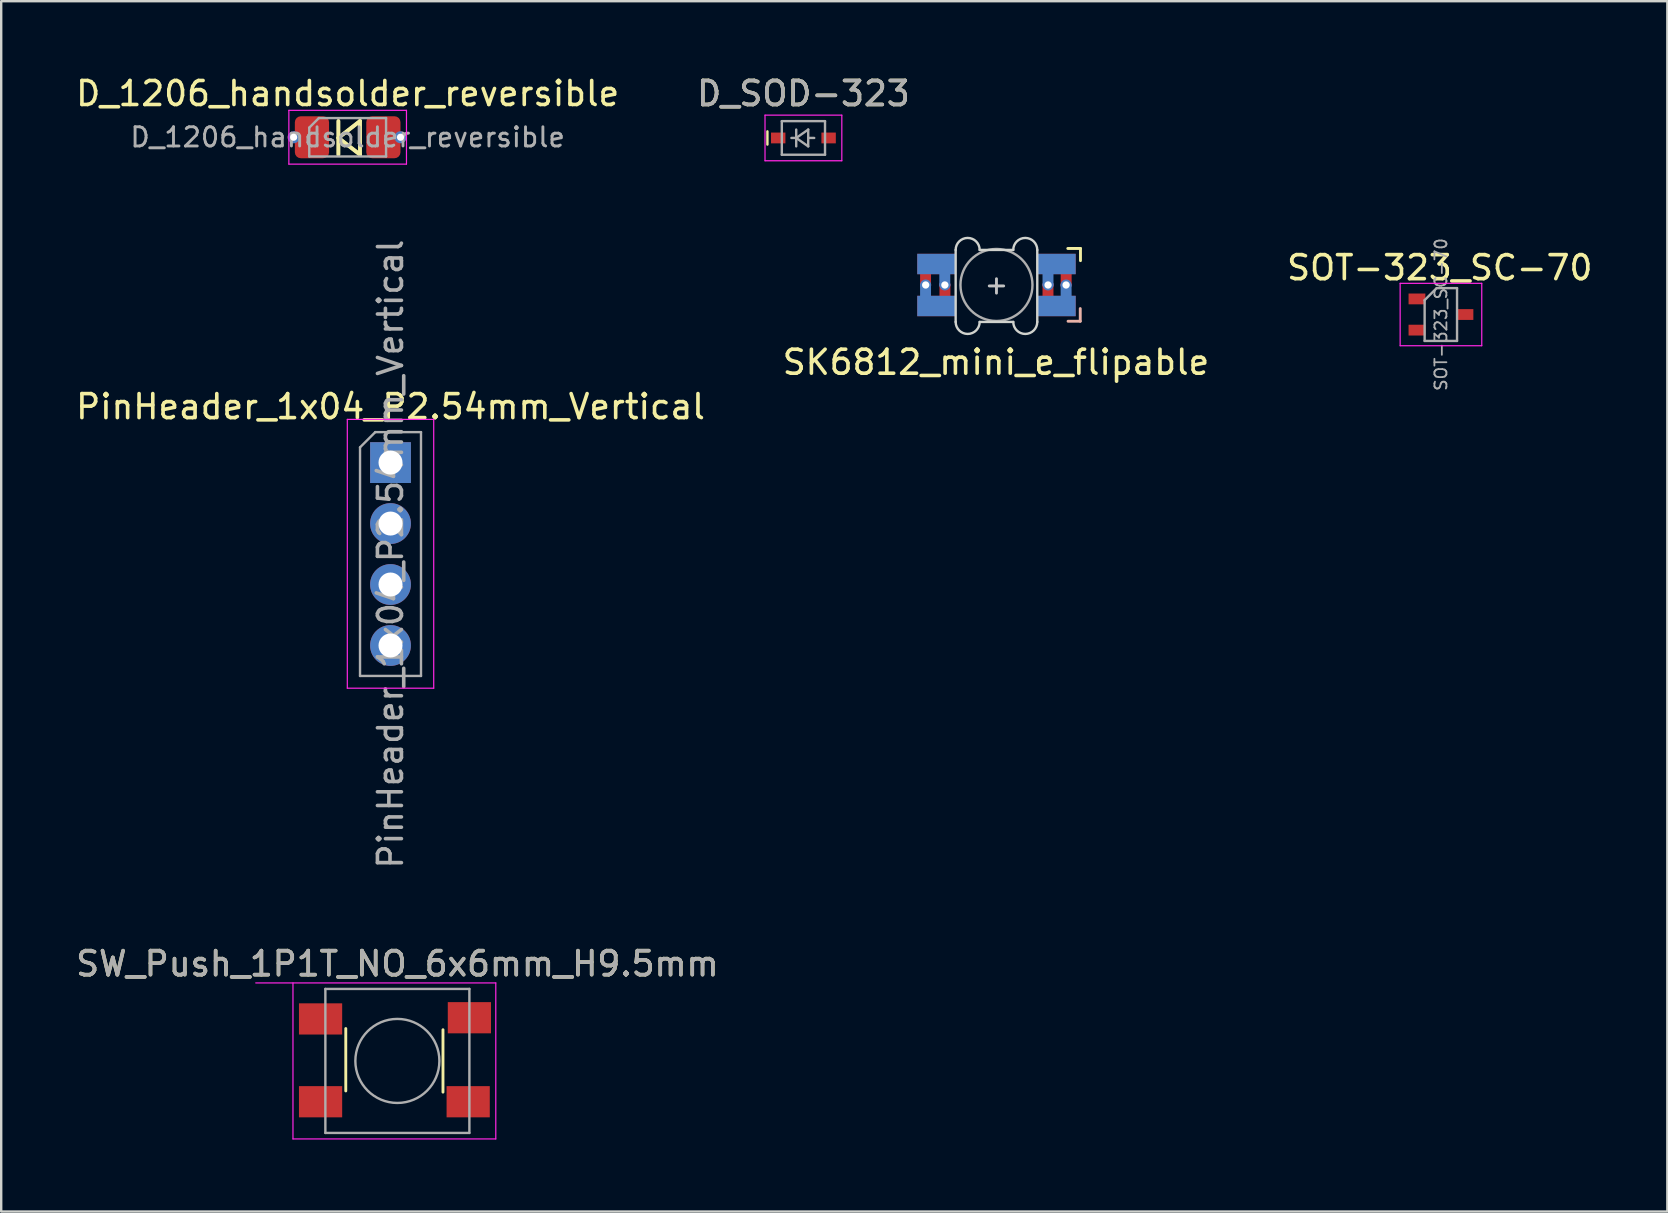
<source format=kicad_pcb>
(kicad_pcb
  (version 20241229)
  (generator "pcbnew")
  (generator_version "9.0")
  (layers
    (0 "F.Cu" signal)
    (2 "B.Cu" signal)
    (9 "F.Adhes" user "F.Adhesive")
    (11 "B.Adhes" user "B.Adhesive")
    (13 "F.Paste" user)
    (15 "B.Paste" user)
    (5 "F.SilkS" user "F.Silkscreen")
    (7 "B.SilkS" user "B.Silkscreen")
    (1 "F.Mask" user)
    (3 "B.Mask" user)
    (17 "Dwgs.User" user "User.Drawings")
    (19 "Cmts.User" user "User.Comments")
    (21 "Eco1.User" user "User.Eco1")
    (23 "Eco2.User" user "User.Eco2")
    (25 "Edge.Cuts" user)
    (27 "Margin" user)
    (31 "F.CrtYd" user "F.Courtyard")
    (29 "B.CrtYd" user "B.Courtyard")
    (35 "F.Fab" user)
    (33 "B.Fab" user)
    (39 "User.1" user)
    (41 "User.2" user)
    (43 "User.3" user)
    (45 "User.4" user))
  (footprint "PinHeader_1x04_P2.54mm_Vertical"
    (layer "F.Cu")
    (at 13.22 16.223)
    (property "Reference" "PinHeader_1x04_P2.54mm_Vertical" (at 0 -2.33 0) (layer "F.SilkS") (effects (font (size 1 1) (thickness 0.15))))
    (attr through_hole)
    (fp_line (start -1.8 -1.8) (end -1.8 9.4) (stroke (width 0.05) (type solid)) (layer "F.CrtYd"))
    (fp_line (start -1.8 9.4) (end 1.8 9.4) (stroke (width 0.05) (type solid)) (layer "F.CrtYd"))
    (fp_line (start 1.8 -1.8) (end -1.8 -1.8) (stroke (width 0.05) (type solid)) (layer "F.CrtYd"))
    (fp_line (start 1.8 9.4) (end 1.8 -1.8) (stroke (width 0.05) (type solid)) (layer "F.CrtYd"))
    (fp_line (start -1.27 -0.635) (end -0.635 -1.27) (stroke (width 0.1) (type solid)) (layer "F.Fab"))
    (fp_line (start -1.27 8.89) (end -1.27 -0.635) (stroke (width 0.1) (type solid)) (layer "F.Fab"))
    (fp_line (start -0.635 -1.27) (end 1.27 -1.27) (stroke (width 0.1) (type solid)) (layer "F.Fab"))
    (fp_line (start 1.27 -1.27) (end 1.27 8.89) (stroke (width 0.1) (type solid)) (layer "F.Fab"))
    (fp_line (start 1.27 8.89) (end -1.27 8.89) (stroke (width 0.1) (type solid)) (layer "F.Fab"))
    (fp_text user "${REFERENCE}" (at 0 3.81 270) (layer "F.Fab") (effects (font (size 1 1) (thickness 0.15))))
    (pad "1" thru_hole rect (at 0 0) (size 1.7 1.7) (drill 1) (layers "*.Cu" "*.Mask"))
    (pad "2" thru_hole oval (at 0 2.54) (size 1.7 1.7) (drill 1) (layers "*.Cu" "*.Mask"))
    (pad "3" thru_hole oval (at 0 5.08) (size 1.7 1.7) (drill 1) (layers "*.Cu" "*.Mask"))
    (pad "4" thru_hole oval (at 0 7.62) (size 1.7 1.7) (drill 1) (layers "*.Cu" "*.Mask")))
  (footprint "SK6812_mini_e_flipable"
    (layer "F.Cu")
    (at 38.466 8.723)
    (property "Reference" "SK6812_mini_e_flipable" (at -0.02 3.32 0) (layer "F.SilkS") (effects (font (size 1 1) (thickness 0.15))))
    (attr through_hole)
    (fp_poly (pts (xy -3.25 -1.15) (xy -1.75 -1.15) (xy -1.75 -0.4) (xy -3.25 -0.4)) (stroke (width 0.1) (type solid)) (fill yes) (layer "F.Mask"))
    (fp_poly (pts (xy -3.25 0.6) (xy -1.75 0.6) (xy -1.75 1.35) (xy -3.25 1.35)) (stroke (width 0.1) (type solid)) (fill yes) (layer "F.Mask"))
    (fp_poly (pts (xy 1.75 0.6) (xy 3.25 0.6) (xy 3.25 1.35) (xy 1.75 1.35)) (stroke (width 0.1) (type solid)) (fill yes) (layer "F.Mask"))
    (fp_poly (pts (xy 1.75 -1.15) (xy 2.85 -1.15) (xy 3.25 -0.75) (xy 3.25 -0.4) (xy 1.75 -0.4)) (stroke (width 0.1) (type solid)) (fill yes) (layer "F.Mask"))
    (fp_poly (pts (xy -3.25 -1.15) (xy -1.75 -1.15) (xy -1.75 -0.4) (xy -3.25 -0.4)) (stroke (width 0.1) (type solid)) (fill yes) (layer "B.Mask"))
    (fp_poly (pts (xy -3.25 0.6) (xy -1.75 0.6) (xy -1.75 1.35) (xy -3.25 1.35)) (stroke (width 0.1) (type solid)) (fill yes) (layer "B.Mask"))
    (fp_poly (pts (xy 1.75 -1.15) (xy 3.25 -1.15) (xy 3.25 -0.4) (xy 1.75 -0.4)) (stroke (width 0.1) (type solid)) (fill yes) (layer "B.Mask"))
    (fp_poly (pts (xy 1.75 0.6) (xy 3.25 0.6) (xy 3.25 0.925) (xy 2.85 1.35) (xy 1.75 1.35)) (stroke (width 0.1) (type solid)) (fill yes) (layer "B.Mask"))
    (fp_line (start 3.5 -1.421) (end 2.972 -1.421) (stroke (width 0.12) (type solid)) (layer "F.SilkS"))
    (fp_line (start 3.5 -0.913) (end 3.5 -1.421) (stroke (width 0.12) (type solid)) (layer "F.SilkS"))
    (fp_line (start 2.983 1.611) (end 3.491 1.611) (stroke (width 0.12) (type solid)) (layer "B.SilkS"))
    (fp_line (start 3.491 1.611) (end 3.491 1.083) (stroke (width 0.12) (type solid)) (layer "B.SilkS"))
    (fp_line (start -0.3 0.14) (end 0.3 0.14) (stroke (width 0.12) (type solid)) (layer "Dwgs.User"))
    (fp_line (start 0 0.44) (end 0 -0.16) (stroke (width 0.12) (type solid)) (layer "Dwgs.User"))
    (fp_line (start -1.7 -1.36) (end -1.7 1.64) (stroke (width 0.1) (type solid)) (layer "Edge.Cuts"))
    (fp_line (start -0.7 -1.36) (end 0.7 -1.36) (stroke (width 0.1) (type solid)) (layer "Edge.Cuts"))
    (fp_line (start -0.7 1.64) (end 0.7 1.64) (stroke (width 0.1) (type solid)) (layer "Edge.Cuts"))
    (fp_line (start 1.7 1.64) (end 1.7 -1.36) (stroke (width 0.1) (type solid)) (layer "Edge.Cuts"))
    (fp_arc (start -1.7 -1.36) (mid -1.2 -1.86) (end -0.7 -1.36) (stroke (width 0.1) (type solid)) (layer "Edge.Cuts"))
    (fp_arc (start -0.7 1.64) (mid -1.2 2.14) (end -1.7 1.64) (stroke (width 0.1) (type solid)) (layer "Edge.Cuts"))
    (fp_arc (start 0.7 -1.36) (mid 1.2 -1.86) (end 1.7 -1.36) (stroke (width 0.1) (type solid)) (layer "Edge.Cuts"))
    (fp_arc (start 1.7 1.64) (mid 1.2 2.14) (end 0.7 1.64) (stroke (width 0.1) (type solid)) (layer "Edge.Cuts"))
    (fp_circle (center 0 0.1) (end 0 -1.4) (stroke (width 0.1) (type solid)) (fill no) (layer "F.Fab"))
    (pad "1" smd custom (at -2.5 -0.775) (size 1.6 0.85) (layers "B.Cu") (options (anchor rect)) (primitives (gr_poly (pts (xy 0.525 0.896) (xy 0.169 0.896) (xy 0.169 0.325) (xy 0.525 0.325)) (width 0.1) (fill yes))))
    (pad "1" smd custom (at -2.5 0.975) (size 1.6 0.85) (layers "F.Cu") (options (anchor rect)) (primitives (gr_poly (pts (xy 0.531 -0.275) (xy 0.175 -0.275) (xy 0.175 -0.898) (xy 0.531 -0.898)) (width 0.1) (fill yes))))
    (pad "1" thru_hole circle (at -2.15 0.1 180) (size 0.457 0.457) (drill 0.305) (layers "*.Cu"))
    (pad "2" thru_hole circle (at -2.95 0.1 180) (size 0.457 0.457) (drill 0.305) (layers "*.Cu"))
    (pad "2" smd custom (at -2.5 -0.775 180) (size 1.6 0.85) (layers "F.Cu") (options (anchor rect)) (primitives (gr_poly (pts (xy 0.632 -0.296) (xy 0.277 -0.296) (xy 0.277 -0.869) (xy 0.632 -0.869)) (width 0.1) (fill yes))))
    (pad "2" smd custom (at -2.5 0.975 180) (size 1.6 0.85) (layers "B.Cu") (options (anchor rect)) (primitives (gr_poly (pts (xy 0.632 0.888) (xy 0.277 0.888) (xy 0.277 0.325) (xy 0.632 0.325)) (width 0.1) (fill yes))))
    (pad "3" smd custom (at 2.5 -0.775 180) (size 1.6 0.85) (layers "F.Cu") (options (anchor rect)) (primitives (gr_poly (pts (xy -0.226 -0.354) (xy -0.582 -0.354) (xy -0.582 -0.887) (xy -0.226 -0.887)) (width 0.1) (fill yes))))
    (pad "3" smd custom (at 2.5 0.975 180) (size 1.6 0.85) (layers "B.Cu") (options (anchor rect)) (primitives (gr_poly (pts (xy -0.222 0.888) (xy -0.578 0.888) (xy -0.582 0.325) (xy -0.226 0.325)) (width 0.1) (fill yes))))
    (pad "3" thru_hole circle (at 2.9 0.1 180) (size 0.457 0.457) (drill 0.305) (layers "*.Cu"))
    (pad "4" thru_hole circle (at 2.15 0.1 180) (size 0.457 0.457) (drill 0.305) (layers "*.Cu"))
    (pad "4" smd custom (at 2.5 -0.775) (size 1.6 0.85) (layers "B.Cu") (options (anchor rect)) (primitives (gr_poly (pts (xy -0.175 0.886) (xy -0.531 0.886) (xy -0.531 0.175) (xy -0.175 0.175)) (width 0.1) (fill yes))))
    (pad "4" smd custom (at 2.5 0.975) (size 1.6 0.85) (layers "F.Cu") (options (anchor rect)) (primitives (gr_poly (pts (xy -0.175 -0.175) (xy -0.531 -0.178) (xy -0.531 -0.903) (xy -0.175 -0.906)) (width 0.1) (fill yes)))))
  (footprint "D_SOD-323"
    (layer "F.Cu")
    (at 30.423 2.698)
    (property "Reference" "D_SOD-323" (at 0 -1.85 0) (layer "F.SilkS") (effects (font (size 1 1) (thickness 0.15))))
    (attr smd)
    (fp_line (start -1.5 -0.275) (end -1.5 0.275) (stroke (width 0.1) (type default)) (layer "F.SilkS"))
    (fp_line (start -1.6 -0.95) (end -1.6 0.95) (stroke (width 0.05) (type solid)) (layer "F.CrtYd"))
    (fp_line (start -1.6 -0.95) (end 1.6 -0.95) (stroke (width 0.05) (type solid)) (layer "F.CrtYd"))
    (fp_line (start -1.6 0.95) (end 1.6 0.95) (stroke (width 0.05) (type solid)) (layer "F.CrtYd"))
    (fp_line (start 1.6 -0.95) (end 1.6 0.95) (stroke (width 0.05) (type solid)) (layer "F.CrtYd"))
    (fp_line (start -0.9 -0.7) (end 0.9 -0.7) (stroke (width 0.1) (type solid)) (layer "F.Fab"))
    (fp_line (start -0.9 0.7) (end -0.9 -0.7) (stroke (width 0.1) (type solid)) (layer "F.Fab"))
    (fp_line (start -0.3 -0.35) (end -0.3 0.35) (stroke (width 0.1) (type solid)) (layer "F.Fab"))
    (fp_line (start -0.3 0) (end -0.5 0) (stroke (width 0.1) (type solid)) (layer "F.Fab"))
    (fp_line (start -0.3 0) (end 0.2 -0.35) (stroke (width 0.1) (type solid)) (layer "F.Fab"))
    (fp_line (start 0.2 -0.35) (end 0.2 0.35) (stroke (width 0.1) (type solid)) (layer "F.Fab"))
    (fp_line (start 0.2 0) (end 0.45 0) (stroke (width 0.1) (type solid)) (layer "F.Fab"))
    (fp_line (start 0.2 0.35) (end -0.3 0) (stroke (width 0.1) (type solid)) (layer "F.Fab"))
    (fp_line (start 0.9 -0.7) (end 0.9 0.7) (stroke (width 0.1) (type solid)) (layer "F.Fab"))
    (fp_line (start 0.9 0.7) (end -0.9 0.7) (stroke (width 0.1) (type solid)) (layer "F.Fab"))
    (fp_text user "${REFERENCE}" (at 0 -1.85 0) (layer "F.Fab") (effects (font (size 1 1) (thickness 0.15))))
    (pad "1" smd rect (at -1.05 0) (size 0.6 0.45) (layers "F.Cu" "F.Mask" "F.Paste"))
    (pad "2" smd rect (at 1.05 0) (size 0.6 0.45) (layers "F.Cu" "F.Mask" "F.Paste")))
  (footprint "SOT-323_SC-70"
    (layer "F.Cu")
    (at 56.985 10.054)
    (property "Reference" "SOT-323_SC-70" (at -0.05 -1.95 0) (layer "F.SilkS") (effects (font (size 1 1) (thickness 0.15))))
    (attr smd)
    (fp_line (start -1.7 -1.3) (end 1.7 -1.3) (stroke (width 0.05) (type solid)) (layer "F.CrtYd"))
    (fp_line (start -1.7 1.3) (end -1.7 -1.3) (stroke (width 0.05) (type solid)) (layer "F.CrtYd"))
    (fp_line (start 1.7 -1.3) (end 1.7 1.3) (stroke (width 0.05) (type solid)) (layer "F.CrtYd"))
    (fp_line (start 1.7 1.3) (end -1.7 1.3) (stroke (width 0.05) (type solid)) (layer "F.CrtYd"))
    (fp_line (start -0.68 -0.6) (end -0.68 1.1) (stroke (width 0.1) (type solid)) (layer "F.Fab"))
    (fp_line (start -0.18 -1.1) (end -0.68 -0.6) (stroke (width 0.1) (type solid)) (layer "F.Fab"))
    (fp_line (start 0.67 -1.1) (end -0.18 -1.1) (stroke (width 0.1) (type solid)) (layer "F.Fab"))
    (fp_line (start 0.67 -1.1) (end 0.67 1.1) (stroke (width 0.1) (type solid)) (layer "F.Fab"))
    (fp_line (start 0.67 1.1) (end -0.68 1.1) (stroke (width 0.1) (type solid)) (layer "F.Fab"))
    (fp_text user "${REFERENCE}" (at 0 0 90) (layer "F.Fab") (effects (font (size 0.5 0.5) (thickness 0.075))))
    (pad "1" smd rect (at -1 -0.65 270) (size 0.45 0.7) (layers "F.Cu" "F.Mask" "F.Paste"))
    (pad "2" smd rect (at -1 0.65 270) (size 0.45 0.7) (layers "F.Cu" "F.Mask" "F.Paste"))
    (pad "3" smd rect (at 1 0 270) (size 0.45 0.7) (layers "F.Cu" "F.Mask" "F.Paste")))
  (footprint "D_1206_handsolder_reversible"
    (layer "F.Cu")
    (at 11.435 2.668)
    (property "Reference" "D_1206_handsolder_reversible" (at 0 -1.82 0) (layer "F.SilkS") (effects (font (size 1 1) (thickness 0.15))))
    (attr smd)
    (fp_line (start -0.386 -0.684) (end -0.386 0.716) (stroke (width 0.15) (type solid)) (layer "F.SilkS"))
    (fp_line (start -0.386 0.016) (end 0.514 -0.684) (stroke (width 0.15) (type solid)) (layer "F.SilkS"))
    (fp_line (start -0.386 0.034) (end 0.514 0.734) (stroke (width 0.15) (type solid)) (layer "F.SilkS"))
    (fp_line (start -0.386 0.734) (end -0.386 -0.666) (stroke (width 0.15) (type solid)) (layer "F.SilkS"))
    (fp_line (start 0.514 -0.684) (end 0.514 0.716) (stroke (width 0.15) (type solid)) (layer "F.SilkS"))
    (fp_line (start 0.514 -0.666) (end -0.386 0.034) (stroke (width 0.15) (type solid)) (layer "F.SilkS"))
    (fp_line (start 0.514 0.716) (end -0.386 0.016) (stroke (width 0.15) (type solid)) (layer "F.SilkS"))
    (fp_line (start 0.514 0.734) (end 0.514 -0.666) (stroke (width 0.15) (type solid)) (layer "F.SilkS"))
    (fp_line (start -2.45 -1.12) (end 2.45 -1.12) (stroke (width 0.05) (type solid)) (layer "F.CrtYd"))
    (fp_line (start -2.45 1.12) (end -2.45 -1.12) (stroke (width 0.05) (type solid)) (layer "F.CrtYd"))
    (fp_line (start 2.45 -1.12) (end 2.45 1.12) (stroke (width 0.05) (type solid)) (layer "F.CrtYd"))
    (fp_line (start 2.45 1.12) (end -2.45 1.12) (stroke (width 0.05) (type solid)) (layer "F.CrtYd"))
    (fp_line (start -1.6 -0.4) (end -1.6 0.8) (stroke (width 0.1) (type solid)) (layer "F.Fab"))
    (fp_line (start -1.6 0.8) (end 1.6 0.8) (stroke (width 0.1) (type solid)) (layer "F.Fab"))
    (fp_line (start -1.2 -0.8) (end -1.6 -0.4) (stroke (width 0.1) (type solid)) (layer "F.Fab"))
    (fp_line (start 1.6 -0.8) (end -1.2 -0.8) (stroke (width 0.1) (type solid)) (layer "F.Fab"))
    (fp_line (start 1.6 0.8) (end 1.6 -0.8) (stroke (width 0.1) (type solid)) (layer "F.Fab"))
    (fp_text user "${REFERENCE}" (at 0 0 0) (layer "F.Fab") (effects (font (size 0.8 0.8) (thickness 0.12))))
    (pad "1" thru_hole circle (at -2.25 0) (size 0.5 0.5) (drill 0.3) (layers "*.Cu" "*.Mask"))
    (pad "1" smd roundrect (at -1.488 0) (size 1.425 1.75) (layers "F.Cu" "F.Mask" "F.Paste") (roundrect_rratio 0.175))
    (pad "2" smd roundrect (at 1.488 0) (size 1.425 1.75) (layers "F.Cu" "F.Mask" "F.Paste") (roundrect_rratio 0.175))
    (pad "2" thru_hole circle (at 2.2 0) (size 0.5 0.5) (drill 0.3) (layers "*.Cu" "*.Mask")))
  (footprint "SW_Push_1P1T_NO_6x6mm_H9.5mm"
    (layer "F.Cu")
    (at 13.506 41.152)
    (property "Reference" "SW_Push_1P1T_NO_6x6mm_H9.5mm" (at 0 -4.05 0) (layer "F.SilkS") (effects (font (size 1 1) (thickness 0.15))))
    (attr smd)
    (fp_line (start -2.15 -1.35) (end -2.15 1.25) (stroke (width 0.12) (type solid)) (layer "F.SilkS"))
    (fp_line (start 1.9 -1.3) (end 1.9 1.3) (stroke (width 0.12) (type solid)) (layer "F.SilkS"))
    (fp_line (start -5.9 -3.25) (end 4.1 -3.25) (stroke (width 0.05) (type solid)) (layer "F.CrtYd"))
    (fp_line (start -4.35 -3.25) (end -4.35 3.25) (stroke (width 0.05) (type solid)) (layer "F.CrtYd"))
    (fp_line (start -4.35 3.25) (end 4.1 3.25) (stroke (width 0.05) (type solid)) (layer "F.CrtYd"))
    (fp_line (start 4.1 3.25) (end 4.1 -3.25) (stroke (width 0.05) (type solid)) (layer "F.CrtYd"))
    (fp_line (start -3 -3) (end -3 3) (stroke (width 0.1) (type solid)) (layer "F.Fab"))
    (fp_line (start -3 3) (end 3 3) (stroke (width 0.1) (type solid)) (layer "F.Fab"))
    (fp_line (start 3 -3) (end -3 -3) (stroke (width 0.1) (type solid)) (layer "F.Fab"))
    (fp_line (start 3 3) (end 3 -3) (stroke (width 0.1) (type solid)) (layer "F.Fab"))
    (fp_circle (center 0 0) (end 1.75 -0.05) (stroke (width 0.1) (type solid)) (fill no) (layer "F.Fab"))
    (fp_text user "${REFERENCE}" (at 0 -4.05 0) (layer "F.Fab") (effects (font (size 1 1) (thickness 0.15))))
    (pad "1" smd rect (at -3.2 -1.75) (size 1.8 1.3) (layers "F.Cu" "F.Mask" "F.Paste"))
    (pad "1" smd rect (at 3 -1.8) (size 1.8 1.3) (layers "F.Cu" "F.Mask" "F.Paste"))
    (pad "2" smd rect (at -3.2 1.7) (size 1.8 1.3) (layers "F.Cu" "F.Mask" "F.Paste"))
    (pad "2" smd rect (at 2.95 1.7) (size 1.8 1.3) (layers "F.Cu" "F.Mask" "F.Paste")))
  (gr_rect
    (start -3 -3)
    (end 66.417 47.427)
    (stroke (width 0.1) (type default))
    (fill no)
    (layer "Edge.Cuts")))
</source>
